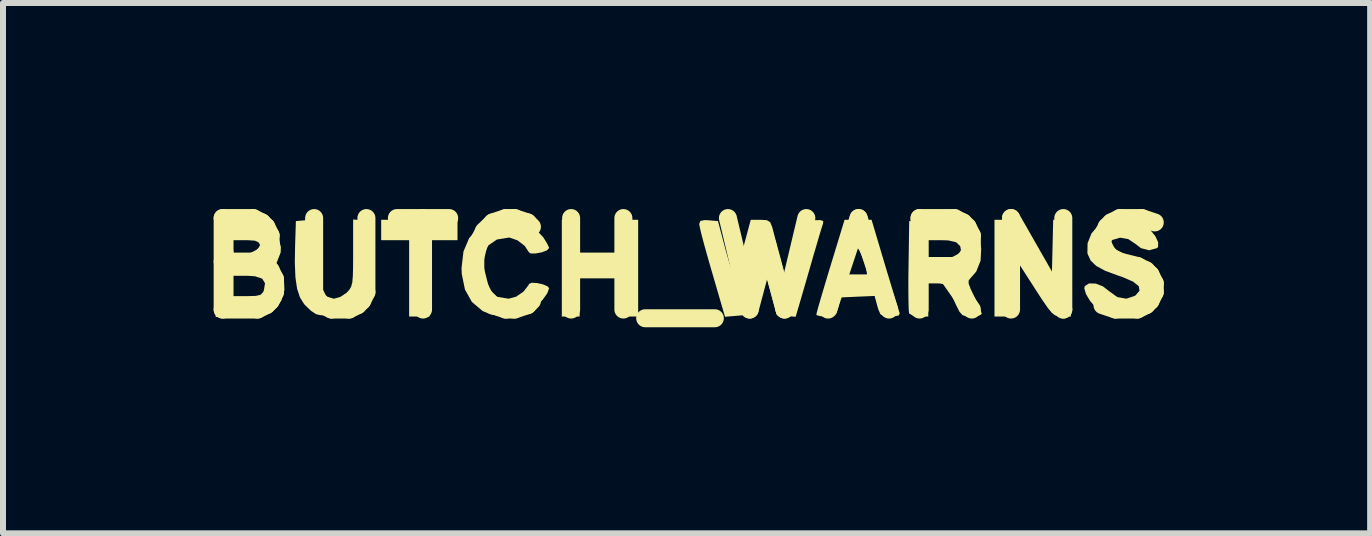
<source format=kicad_pcb>
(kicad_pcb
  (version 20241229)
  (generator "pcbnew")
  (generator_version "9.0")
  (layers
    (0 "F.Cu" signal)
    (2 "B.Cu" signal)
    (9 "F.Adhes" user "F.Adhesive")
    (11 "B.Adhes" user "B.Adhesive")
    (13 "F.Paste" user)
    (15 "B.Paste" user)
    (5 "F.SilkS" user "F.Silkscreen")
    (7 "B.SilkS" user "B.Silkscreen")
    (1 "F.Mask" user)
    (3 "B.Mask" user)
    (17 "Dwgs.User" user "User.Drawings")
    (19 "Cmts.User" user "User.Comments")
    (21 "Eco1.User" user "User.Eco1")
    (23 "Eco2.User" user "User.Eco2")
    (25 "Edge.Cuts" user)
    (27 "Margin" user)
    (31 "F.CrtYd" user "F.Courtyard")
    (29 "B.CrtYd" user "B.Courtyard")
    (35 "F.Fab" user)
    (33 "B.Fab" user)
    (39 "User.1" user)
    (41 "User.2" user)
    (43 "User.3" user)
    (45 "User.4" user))
  (footprint "BUTCH_WARNS"
    (layer "F.Cu")
    (at 8.389 1.418)
    (property "Reference" "BUTCH_WARNS" (at 0 0 0) (layer "F.SilkS") (effects (font (size 1.524 1.524) (thickness 0.3))))
    (attr board_only exclude_from_pos_files exclude_from_bom)
    (fp_poly (pts (xy -3.816 -0.466) (xy -4.283 -0.466) (xy -4.283 0.806) (xy -4.622 0.806) (xy -4.622 -0.466) (xy -5.088 -0.466) (xy -5.088 -0.806) (xy -3.816 -0.806)) (stroke (width 0) (type solid)) (fill yes) (layer "F.SilkS"))
    (fp_poly (pts (xy -1.781 -0.17) (xy -1.103 -0.17) (xy -1.103 -0.806) (xy -0.806 -0.806) (xy -0.806 0.806) (xy -1.103 0.806) (xy -1.103 0.17) (xy -1.781 0.17) (xy -1.781 0.806) (xy -2.078 0.806) (xy -2.078 -0.806) (xy -1.781 -0.806)) (stroke (width 0) (type solid)) (fill yes) (layer "F.SilkS"))
    (fp_poly (pts (xy 6.403 0.806) (xy 6.253 0.806) (xy 6.191 0.802) (xy 6.138 0.785) (xy 6.084 0.742) (xy 6.019 0.662) (xy 5.93 0.534) (xy 5.808 0.346) (xy 5.798 0.33) (xy 5.491 -0.147) (xy 5.479 0.33) (xy 5.467 0.806) (xy 5.131 0.806) (xy 5.131 -0.806) (xy 5.29 -0.805) (xy 5.354 -0.803) (xy 5.407 -0.788) (xy 5.46 -0.75) (xy 5.521 -0.678) (xy 5.604 -0.56) (xy 5.717 -0.386) (xy 5.767 -0.307) (xy 6.085 0.191) (xy 6.097 -0.307) (xy 6.109 -0.806) (xy 6.403 -0.806)) (stroke (width 0) (type solid)) (fill yes) (layer "F.SilkS"))
    (fp_poly (pts (xy -5.396 -0.798) (xy -5.237 -0.784) (xy -5.225 -0.285) (xy -5.223 0.006) (xy -5.237 0.227) (xy -5.268 0.395) (xy -5.321 0.524) (xy -5.399 0.628) (xy -5.428 0.657) (xy -5.516 0.729) (xy -5.61 0.769) (xy -5.742 0.788) (xy -5.821 0.793) (xy -5.976 0.793) (xy -6.108 0.782) (xy -6.173 0.767) (xy -6.258 0.71) (xy -6.354 0.618) (xy -6.372 0.598) (xy -6.441 0.488) (xy -6.489 0.343) (xy -6.517 0.15) (xy -6.527 -0.103) (xy -6.522 -0.382) (xy -6.509 -0.784) (xy -6.35 -0.798) (xy -6.191 -0.811) (xy -6.191 -0.255) (xy -6.19 -0.028) (xy -6.186 0.131) (xy -6.176 0.238) (xy -6.158 0.308) (xy -6.129 0.359) (xy -6.087 0.405) (xy -5.984 0.477) (xy -5.877 0.509) (xy -5.873 0.509) (xy -5.767 0.479) (xy -5.663 0.408) (xy -5.659 0.405) (xy -5.617 0.358) (xy -5.588 0.308) (xy -5.569 0.237) (xy -5.56 0.13) (xy -5.556 -0.029) (xy -5.555 -0.255) (xy -5.555 -0.811)) (stroke (width 0) (type solid)) (fill yes) (layer "F.SilkS"))
    (fp_poly (pts (xy -2.746 -0.772) (xy -2.537 -0.671) (xy -2.386 -0.513) (xy -2.325 -0.415) (xy -2.292 -0.346) (xy -2.29 -0.335) (xy -2.326 -0.297) (xy -2.411 -0.264) (xy -2.512 -0.245) (xy -2.595 -0.245) (xy -2.625 -0.263) (xy -2.697 -0.372) (xy -2.816 -0.463) (xy -2.944 -0.508) (xy -2.964 -0.509) (xy -3.16 -0.477) (xy -3.301 -0.38) (xy -3.385 -0.22) (xy -3.414 0) (xy -3.385 0.222) (xy -3.3 0.381) (xy -3.159 0.477) (xy -2.964 0.509) (xy -2.839 0.475) (xy -2.716 0.39) (xy -2.632 0.282) (xy -2.625 0.263) (xy -2.579 0.243) (xy -2.489 0.248) (xy -2.389 0.271) (xy -2.312 0.305) (xy -2.29 0.335) (xy -2.32 0.418) (xy -2.397 0.526) (xy -2.499 0.634) (xy -2.603 0.716) (xy -2.63 0.731) (xy -2.824 0.791) (xy -3.047 0.804) (xy -3.264 0.77) (xy -3.398 0.714) (xy -3.576 0.564) (xy -3.692 0.357) (xy -3.745 0.097) (xy -3.749 0) (xy -3.717 -0.277) (xy -3.622 -0.501) (xy -3.47 -0.667) (xy -3.264 -0.77) (xy -3.008 -0.806) (xy -3.005 -0.806)) (stroke (width 0) (type solid)) (fill yes) (layer "F.SilkS"))
    (fp_poly (pts (xy 3.307 -0.053) (xy 3.38 0.189) (xy 3.445 0.404) (xy 3.498 0.579) (xy 3.535 0.7) (xy 3.552 0.753) (xy 3.534 0.789) (xy 3.443 0.805) (xy 3.398 0.806) (xy 3.288 0.8) (xy 3.23 0.767) (xy 3.194 0.684) (xy 3.18 0.634) (xy 3.134 0.463) (xy 2.851 0.475) (xy 2.568 0.488) (xy 2.531 0.647) (xy 2.5 0.75) (xy 2.452 0.795) (xy 2.356 0.806) (xy 2.328 0.806) (xy 2.223 0.799) (xy 2.166 0.782) (xy 2.163 0.776) (xy 2.17 0.739) (xy 2.193 0.654) (xy 2.234 0.512) (xy 2.294 0.31) (xy 2.34 0.156) (xy 2.671 0.156) (xy 2.709 0.165) (xy 2.803 0.169) (xy 2.841 0.17) (xy 2.953 0.162) (xy 3.001 0.132) (xy 3.007 0.095) (xy 2.992 0.004) (xy 2.959 -0.107) (xy 2.916 -0.218) (xy 2.874 -0.305) (xy 2.84 -0.346) (xy 2.828 -0.339) (xy 2.796 -0.245) (xy 2.756 -0.122) (xy 2.717 0.004) (xy 2.685 0.105) (xy 2.672 0.155) (xy 2.671 0.156) (xy 2.34 0.156) (xy 2.375 0.039) (xy 2.48 -0.304) (xy 2.507 -0.392) (xy 2.633 -0.806) (xy 3.083 -0.806)) (stroke (width 0) (type solid)) (fill yes) (layer "F.SilkS"))
    (fp_poly (pts (xy -7.495 -0.806) (xy -7.236 -0.794) (xy -7.048 -0.754) (xy -6.916 -0.682) (xy -6.829 -0.57) (xy -6.792 -0.478) (xy -6.759 -0.351) (xy -6.763 -0.26) (xy -6.795 -0.178) (xy -6.832 -0.085) (xy -6.819 -0.017) (xy -6.778 0.04) (xy -6.708 0.189) (xy -6.7 0.364) (xy -6.751 0.538) (xy -6.822 0.645) (xy -6.88 0.706) (xy -6.934 0.746) (xy -7.005 0.771) (xy -7.11 0.785) (xy -7.271 0.794) (xy -7.395 0.799) (xy -7.845 0.815) (xy -7.845 0.466) (xy -7.548 0.466) (xy -7.313 0.466) (xy -7.175 0.462) (xy -7.097 0.443) (xy -7.056 0.401) (xy -7.043 0.371) (xy -7.023 0.252) (xy -7.07 0.175) (xy -7.191 0.135) (xy -7.316 0.127) (xy -7.548 0.127) (xy -7.548 0.466) (xy -7.845 0.466) (xy -7.845 -0.318) (xy -7.548 -0.318) (xy -7.542 -0.221) (xy -7.509 -0.18) (xy -7.422 -0.17) (xy -7.386 -0.17) (xy -7.259 -0.184) (xy -7.158 -0.22) (xy -7.148 -0.226) (xy -7.093 -0.305) (xy -7.1 -0.374) (xy -7.131 -0.431) (xy -7.193 -0.458) (xy -7.311 -0.466) (xy -7.339 -0.466) (xy -7.548 -0.466) (xy -7.548 -0.318) (xy -7.845 -0.318) (xy -7.845 -0.806)) (stroke (width 0) (type solid)) (fill yes) (layer "F.SilkS"))
    (fp_poly (pts (xy 4.388 -0.778) (xy 4.568 -0.756) (xy 4.694 -0.712) (xy 4.783 -0.641) (xy 4.849 -0.537) (xy 4.853 -0.528) (xy 4.91 -0.327) (xy 4.899 -0.123) (xy 4.826 0.058) (xy 4.732 0.166) (xy 4.701 0.204) (xy 4.7 0.257) (xy 4.733 0.345) (xy 4.793 0.469) (xy 4.858 0.603) (xy 4.903 0.71) (xy 4.919 0.762) (xy 4.881 0.789) (xy 4.787 0.804) (xy 4.747 0.806) (xy 4.657 0.803) (xy 4.597 0.782) (xy 4.548 0.727) (xy 4.494 0.621) (xy 4.452 0.53) (xy 4.385 0.386) (xy 4.335 0.304) (xy 4.284 0.266) (xy 4.215 0.255) (xy 4.179 0.254) (xy 4.028 0.254) (xy 4.028 0.806) (xy 3.879 0.806) (xy 3.773 0.792) (xy 3.711 0.757) (xy 3.708 0.751) (xy 3.702 0.693) (xy 3.698 0.564) (xy 3.696 0.381) (xy 3.696 0.158) (xy 3.699 -0.042) (xy 4.028 -0.042) (xy 4.253 -0.042) (xy 4.39 -0.051) (xy 4.495 -0.075) (xy 4.529 -0.093) (xy 4.568 -0.173) (xy 4.58 -0.254) (xy 4.56 -0.366) (xy 4.492 -0.432) (xy 4.362 -0.462) (xy 4.253 -0.466) (xy 4.028 -0.466) (xy 4.028 -0.042) (xy 3.699 -0.042) (xy 3.699 -0.044) (xy 3.71 -0.784) (xy 4.139 -0.784)) (stroke (width 0) (type solid)) (fill yes) (layer "F.SilkS"))
    (fp_poly (pts (xy 7.474 -0.779) (xy 7.62 -0.723) (xy 7.728 -0.636) (xy 7.812 -0.531) (xy 7.858 -0.431) (xy 7.857 -0.354) (xy 7.838 -0.334) (xy 7.709 -0.298) (xy 7.572 -0.333) (xy 7.481 -0.403) (xy 7.36 -0.484) (xy 7.223 -0.508) (xy 7.099 -0.471) (xy 7.065 -0.444) (xy 7.021 -0.377) (xy 7.036 -0.317) (xy 7.119 -0.257) (xy 7.275 -0.193) (xy 7.401 -0.152) (xy 7.614 -0.076) (xy 7.756 -0.000457) (xy 7.841 0.089) (xy 7.88 0.204) (xy 7.887 0.318) (xy 7.852 0.515) (xy 7.749 0.664) (xy 7.582 0.761) (xy 7.353 0.804) (xy 7.284 0.806) (xy 7.082 0.785) (xy 6.916 0.729) (xy 6.913 0.728) (xy 6.814 0.651) (xy 6.723 0.545) (xy 6.655 0.431) (xy 6.627 0.336) (xy 6.635 0.298) (xy 6.707 0.254) (xy 6.818 0.257) (xy 6.939 0.304) (xy 7.039 0.382) (xy 7.178 0.482) (xy 7.328 0.509) (xy 7.47 0.461) (xy 7.481 0.453) (xy 7.548 0.376) (xy 7.535 0.301) (xy 7.441 0.225) (xy 7.263 0.148) (xy 7.201 0.127) (xy 6.978 0.045) (xy 6.827 -0.036) (xy 6.733 -0.127) (xy 6.683 -0.236) (xy 6.679 -0.254) (xy 6.682 -0.415) (xy 6.746 -0.577) (xy 6.854 -0.705) (xy 6.906 -0.739) (xy 7.075 -0.791) (xy 7.277 -0.804)) (stroke (width 0) (type solid)) (fill yes) (layer "F.SilkS"))
    (fp_poly (pts (xy 1.336 -0.8) (xy 1.392 -0.768) (xy 1.427 -0.686) (xy 1.443 -0.625) (xy 1.477 -0.495) (xy 1.524 -0.318) (xy 1.575 -0.132) (xy 1.58 -0.111) (xy 1.67 0.222) (xy 1.935 -0.784) (xy 2.118 -0.798) (xy 2.231 -0.801) (xy 2.278 -0.785) (xy 2.275 -0.744) (xy 2.275 -0.744) (xy 2.253 -0.677) (xy 2.214 -0.549) (xy 2.164 -0.378) (xy 2.118 -0.222) (xy 2.054 0.001) (xy 1.988 0.229) (xy 1.93 0.429) (xy 1.903 0.522) (xy 1.818 0.81) (xy 1.662 0.797) (xy 1.505 0.784) (xy 1.381 0.329) (xy 1.33 0.146) (xy 1.284 -0.001) (xy 1.249 -0.098) (xy 1.233 -0.127) (xy 1.212 -0.089) (xy 1.175 0.015) (xy 1.127 0.167) (xy 1.081 0.329) (xy 0.953 0.784) (xy 0.797 0.797) (xy 0.641 0.81) (xy 0.557 0.522) (xy 0.449 0.151) (xy 0.363 -0.145) (xy 0.299 -0.374) (xy 0.254 -0.542) (xy 0.226 -0.657) (xy 0.213 -0.724) (xy 0.212 -0.74) (xy 0.231 -0.787) (xy 0.301 -0.801) (xy 0.368 -0.798) (xy 0.524 -0.784) (xy 0.651 -0.304) (xy 0.703 -0.122) (xy 0.749 0.019) (xy 0.785 0.104) (xy 0.807 0.12) (xy 0.807 0.12) (xy 0.829 0.057) (xy 0.868 -0.068) (xy 0.916 -0.234) (xy 0.953 -0.371) (xy 1.07 -0.806) (xy 1.233 -0.806)) (stroke (width 0) (type solid)) (fill yes) (layer "F.SilkS")))
  (gr_rect
    (start -3 -3)
    (end 19.779 5.836)
    (stroke (width 0.1) (type default))
    (fill no)
    (layer "Edge.Cuts")))
</source>
